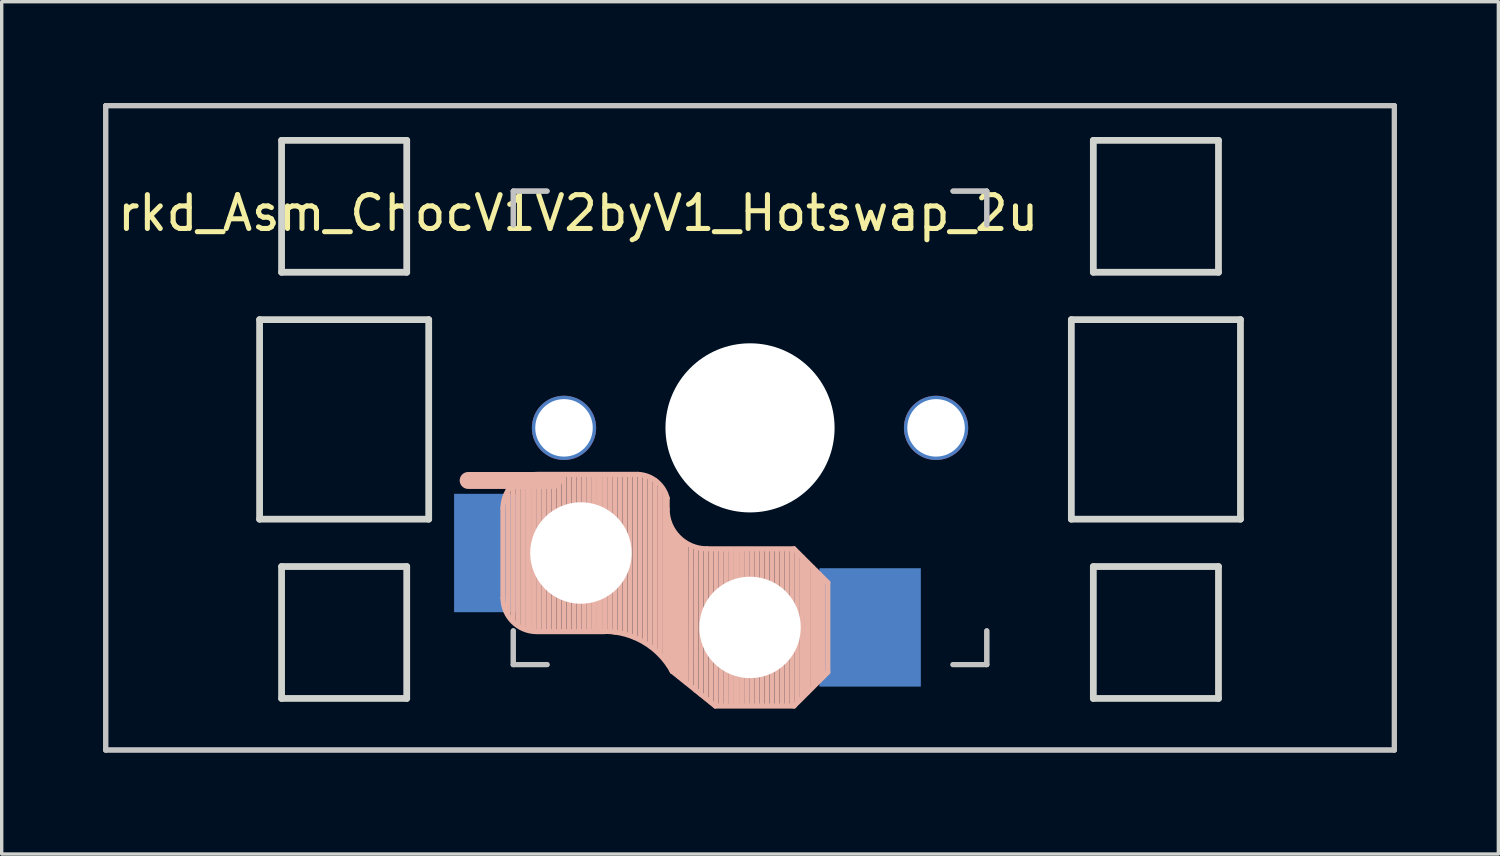
<source format=kicad_pcb>
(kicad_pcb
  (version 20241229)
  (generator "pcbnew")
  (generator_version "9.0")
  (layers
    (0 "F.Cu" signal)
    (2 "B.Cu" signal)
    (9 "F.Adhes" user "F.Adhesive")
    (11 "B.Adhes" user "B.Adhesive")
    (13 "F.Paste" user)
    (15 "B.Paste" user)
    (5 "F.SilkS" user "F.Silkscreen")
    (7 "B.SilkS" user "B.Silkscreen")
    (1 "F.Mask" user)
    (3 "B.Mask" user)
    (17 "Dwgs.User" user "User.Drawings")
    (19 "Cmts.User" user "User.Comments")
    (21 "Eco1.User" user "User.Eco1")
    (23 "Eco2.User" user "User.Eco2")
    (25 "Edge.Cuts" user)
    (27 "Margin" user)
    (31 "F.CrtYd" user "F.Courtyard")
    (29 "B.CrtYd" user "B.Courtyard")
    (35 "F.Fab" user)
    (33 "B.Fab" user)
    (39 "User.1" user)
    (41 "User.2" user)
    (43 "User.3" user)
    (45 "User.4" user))
  (footprint "rkd_Asm_ChocV1V2byV1_Hotswap_2u"
    (layer "F.Cu")
    (at 19.125 9.6)
    (property "Reference" "rkd_Asm_ChocV1V2byV1_Hotswap_2u" (at -5.08 -6.35 180) (layer "F.SilkS") (effects (font (size 1 1) (thickness 0.15))))
    (attr through_hole)
    (fp_line (start -7.305 2.375) (end -7.305 5.025) (stroke (width 0.15) (type solid)) (layer "B.SilkS"))
    (fp_line (start -7.15 5.53) (end -7.15 1.85) (stroke (width 0.15) (type solid)) (layer "B.SilkS"))
    (fp_line (start -7 5.7) (end -7 1.73) (stroke (width 0.15) (type solid)) (layer "B.SilkS"))
    (fp_line (start -6.85 5.84) (end -6.85 1.7) (stroke (width 0.15) (type solid)) (layer "B.SilkS"))
    (fp_line (start -6.7 5.92) (end -6.7 1.8) (stroke (width 0.15) (type solid)) (layer "B.SilkS"))
    (fp_line (start -6.55 5.97) (end -6.55 1.65) (stroke (width 0.15) (type solid)) (layer "B.SilkS"))
    (fp_line (start -6.4 6.01) (end -6.4 1.5) (stroke (width 0.15) (type solid)) (layer "B.SilkS"))
    (fp_line (start -6.25 6) (end -6.25 1.4) (stroke (width 0.15) (type solid)) (layer "B.SilkS"))
    (fp_line (start -6.1 6) (end -6.1 1.4) (stroke (width 0.15) (type solid)) (layer "B.SilkS"))
    (fp_line (start -5.95 6) (end -5.95 1.4) (stroke (width 0.15) (type solid)) (layer "B.SilkS"))
    (fp_line (start -5.8 1.555) (end -8.334 1.555) (stroke (width 0.5) (type default)) (layer "B.SilkS"))
    (fp_line (start -5.8 6) (end -5.8 1.4) (stroke (width 0.15) (type solid)) (layer "B.SilkS"))
    (fp_line (start -5.65 6) (end -5.65 1.4) (stroke (width 0.15) (type solid)) (layer "B.SilkS"))
    (fp_line (start -5.5 6) (end -5.5 1.4) (stroke (width 0.15) (type solid)) (layer "B.SilkS"))
    (fp_line (start -5.35 6) (end -5.35 1.4) (stroke (width 0.15) (type solid)) (layer "B.SilkS"))
    (fp_line (start -5.2 6) (end -5.2 1.4) (stroke (width 0.15) (type solid)) (layer "B.SilkS"))
    (fp_line (start -5.05 6) (end -5.05 1.4) (stroke (width 0.15) (type solid)) (layer "B.SilkS"))
    (fp_line (start -4.9 6) (end -4.9 1.4) (stroke (width 0.15) (type solid)) (layer "B.SilkS"))
    (fp_line (start -4.75 6) (end -4.75 1.4) (stroke (width 0.15) (type solid)) (layer "B.SilkS"))
    (fp_line (start -4.6 6) (end -4.6 1.4) (stroke (width 0.15) (type solid)) (layer "B.SilkS"))
    (fp_line (start -4.45 6) (end -4.45 1.4) (stroke (width 0.15) (type solid)) (layer "B.SilkS"))
    (fp_line (start -4.3 6) (end -4.3 1.4) (stroke (width 0.15) (type solid)) (layer "B.SilkS"))
    (fp_line (start -4.3 6.025) (end -6.275 6.025) (stroke (width 0.15) (type solid)) (layer "B.SilkS"))
    (fp_line (start -4.15 6) (end -4.15 1.45) (stroke (width 0.15) (type solid)) (layer "B.SilkS"))
    (fp_line (start -4 6.04) (end -4 1.4) (stroke (width 0.15) (type solid)) (layer "B.SilkS"))
    (fp_line (start -3.85 6.05) (end -3.85 1.4) (stroke (width 0.15) (type solid)) (layer "B.SilkS"))
    (fp_line (start -3.7 6.05) (end -3.7 1.45) (stroke (width 0.15) (type solid)) (layer "B.SilkS"))
    (fp_line (start -3.55 6.1) (end -3.55 1.39) (stroke (width 0.15) (type solid)) (layer "B.SilkS"))
    (fp_line (start -3.4 6.2) (end -3.4 1.38) (stroke (width 0.15) (type solid)) (layer "B.SilkS"))
    (fp_line (start -3.311 1.375) (end -6.275 1.375) (stroke (width 0.15) (type solid)) (layer "B.SilkS"))
    (fp_line (start -3.25 6.25) (end -3.25 1.4) (stroke (width 0.15) (type solid)) (layer "B.SilkS"))
    (fp_line (start -3.1 6.35) (end -3.1 1.43) (stroke (width 0.15) (type solid)) (layer "B.SilkS"))
    (fp_line (start -2.95 6.45) (end -2.95 1.48) (stroke (width 0.15) (type solid)) (layer "B.SilkS"))
    (fp_line (start -2.8 6.55) (end -2.8 1.56) (stroke (width 0.15) (type solid)) (layer "B.SilkS"))
    (fp_line (start -2.65 6.7) (end -2.65 1.75) (stroke (width 0.15) (type solid)) (layer "B.SilkS"))
    (fp_line (start -2.5 6.85) (end -2.5 1.95) (stroke (width 0.15) (type solid)) (layer "B.SilkS"))
    (fp_line (start -2.45 2.4) (end -2.45 2.077) (stroke (width 0.15) (type default)) (layer "B.SilkS"))
    (fp_line (start -2.4 7.02) (end -2.4 2.9) (stroke (width 0.15) (type solid)) (layer "B.SilkS"))
    (fp_line (start -2.3 7.2) (end -2.3 3.05) (stroke (width 0.15) (type solid)) (layer "B.SilkS"))
    (fp_line (start -2.3 7.2) (end -1.025 8.225) (stroke (width 0.15) (type solid)) (layer "B.SilkS"))
    (fp_line (start -2.2 7.27) (end -2.2 3.25) (stroke (width 0.15) (type solid)) (layer "B.SilkS"))
    (fp_line (start -2.1 7.35) (end -2.1 3.35) (stroke (width 0.15) (type solid)) (layer "B.SilkS"))
    (fp_line (start -2 7.43) (end -2 3.4) (stroke (width 0.15) (type solid)) (layer "B.SilkS"))
    (fp_line (start -1.89 7.52) (end -1.9 3.45) (stroke (width 0.15) (type solid)) (layer "B.SilkS"))
    (fp_line (start -1.75 7.62) (end -1.75 3.5) (stroke (width 0.15) (type solid)) (layer "B.SilkS"))
    (fp_line (start -1.6 7.76) (end -1.6 3.6) (stroke (width 0.15) (type solid)) (layer "B.SilkS"))
    (fp_line (start -1.45 7.88) (end -1.45 3.6) (stroke (width 0.15) (type solid)) (layer "B.SilkS"))
    (fp_line (start -1.3 7.99) (end -1.3 3.6) (stroke (width 0.15) (type solid)) (layer "B.SilkS"))
    (fp_line (start -1.15 8.11) (end -1.15 3.65) (stroke (width 0.15) (type solid)) (layer "B.SilkS"))
    (fp_line (start -1 8.2) (end -1 3.6) (stroke (width 0.15) (type solid)) (layer "B.SilkS"))
    (fp_line (start -0.85 8.2) (end -0.85 3.6) (stroke (width 0.15) (type solid)) (layer "B.SilkS"))
    (fp_line (start -0.7 8.2) (end -0.7 3.6) (stroke (width 0.15) (type solid)) (layer "B.SilkS"))
    (fp_line (start -0.55 8.2) (end -0.55 3.6) (stroke (width 0.15) (type solid)) (layer "B.SilkS"))
    (fp_line (start -0.4 8.2) (end -0.4 3.6) (stroke (width 0.15) (type solid)) (layer "B.SilkS"))
    (fp_line (start -0.25 8.2) (end -0.25 3.6) (stroke (width 0.15) (type solid)) (layer "B.SilkS"))
    (fp_line (start -0.1 8.2) (end -0.1 3.6) (stroke (width 0.15) (type solid)) (layer "B.SilkS"))
    (fp_line (start 0.05 8.2) (end 0.05 3.6) (stroke (width 0.15) (type solid)) (layer "B.SilkS"))
    (fp_line (start 0.2 8.2) (end 0.2 3.6) (stroke (width 0.15) (type solid)) (layer "B.SilkS"))
    (fp_line (start 0.35 8.2) (end 0.35 3.6) (stroke (width 0.15) (type solid)) (layer "B.SilkS"))
    (fp_line (start 0.5 8.2) (end 0.5 3.6) (stroke (width 0.15) (type solid)) (layer "B.SilkS"))
    (fp_line (start 0.65 8.2) (end 0.65 3.6) (stroke (width 0.15) (type solid)) (layer "B.SilkS"))
    (fp_line (start 0.8 8.2) (end 0.8 3.6) (stroke (width 0.15) (type solid)) (layer "B.SilkS"))
    (fp_line (start 0.95 8.2) (end 0.95 3.6) (stroke (width 0.15) (type solid)) (layer "B.SilkS"))
    (fp_line (start 1.1 8.2) (end 1.1 3.6) (stroke (width 0.15) (type solid)) (layer "B.SilkS"))
    (fp_line (start 1.25 8.2) (end 1.25 3.6) (stroke (width 0.15) (type solid)) (layer "B.SilkS"))
    (fp_line (start 1.3 3.575) (end -1.275 3.575) (stroke (width 0.15) (type solid)) (layer "B.SilkS"))
    (fp_line (start 1.3 8.225) (end -1.025 8.225) (stroke (width 0.15) (type solid)) (layer "B.SilkS"))
    (fp_line (start 1.4 8.09) (end 1.4 3.7) (stroke (width 0.15) (type solid)) (layer "B.SilkS"))
    (fp_line (start 1.55 7.95) (end 1.55 3.83) (stroke (width 0.15) (type solid)) (layer "B.SilkS"))
    (fp_line (start 1.7 7.82) (end 1.7 3.99) (stroke (width 0.15) (type solid)) (layer "B.SilkS"))
    (fp_line (start 1.85 7.66) (end 1.85 4.13) (stroke (width 0.15) (type solid)) (layer "B.SilkS"))
    (fp_line (start 1.95 7.56) (end 1.95 4.23) (stroke (width 0.15) (type solid)) (layer "B.SilkS"))
    (fp_line (start 2.05 7.45) (end 2.05 4.33) (stroke (width 0.15) (type solid)) (layer "B.SilkS"))
    (fp_line (start 2.15 7.37) (end 2.15 4.44) (stroke (width 0.15) (type solid)) (layer "B.SilkS"))
    (fp_line (start 2.3 4.575) (end 1.3 3.575) (stroke (width 0.15) (type solid)) (layer "B.SilkS"))
    (fp_line (start 2.3 4.575) (end 2.3 7.225) (stroke (width 0.15) (type solid)) (layer "B.SilkS"))
    (fp_line (start 2.3 7.225) (end 1.3 8.225) (stroke (width 0.15) (type solid)) (layer "B.SilkS"))
    (fp_arc (start -7.305 2.375) (mid -7.012107 1.667893) (end -6.305 1.375) (stroke (width 0.15) (type solid)) (layer "B.SilkS"))
    (fp_arc (start -6.305 6.025) (mid -7.012107 5.732107) (end -7.305 5.025) (stroke (width 0.15) (type solid)) (layer "B.SilkS"))
    (fp_arc (start -4.3 6.017458) (mid -3.138277 6.335211) (end -2.3 7.2) (stroke (width 0.15) (type solid)) (layer "B.SilkS"))
    (fp_arc (start -3.311204 1.375) (mid -2.763915 1.58277) (end -2.45 2.076887) (stroke (width 0.15) (type solid)) (layer "B.SilkS"))
    (fp_arc (start -1.275 3.575) (mid -2.10585 3.23085) (end -2.45 2.4) (stroke (width 0.15) (type solid)) (layer "B.SilkS"))
    (fp_line (start -19.05 -9.525) (end 19.05 -9.525) (stroke (width 0.15) (type solid)) (layer "Dwgs.User"))
    (fp_line (start -19.05 -9.525) (end 19.05 -9.525) (stroke (width 0.15) (type solid)) (layer "Dwgs.User"))
    (fp_line (start -19.05 9.525) (end -19.05 -9.525) (stroke (width 0.15) (type solid)) (layer "Dwgs.User"))
    (fp_line (start -19.05 9.525) (end -19.05 -9.525) (stroke (width 0.15) (type solid)) (layer "Dwgs.User"))
    (fp_line (start -7 -7) (end -7 -6) (stroke (width 0.15) (type solid)) (layer "Dwgs.User"))
    (fp_line (start -7 -7) (end -6 -7) (stroke (width 0.15) (type solid)) (layer "Dwgs.User"))
    (fp_line (start -7 -6) (end -7 -7) (stroke (width 0.15) (type solid)) (layer "Dwgs.User"))
    (fp_line (start -7 6) (end -7 7) (stroke (width 0.15) (type solid)) (layer "Dwgs.User"))
    (fp_line (start -7 7) (end -7 6) (stroke (width 0.15) (type solid)) (layer "Dwgs.User"))
    (fp_line (start -7 7) (end -6 7) (stroke (width 0.15) (type solid)) (layer "Dwgs.User"))
    (fp_line (start -6 -7) (end -7 -7) (stroke (width 0.15) (type solid)) (layer "Dwgs.User"))
    (fp_line (start -6 7) (end -7 7) (stroke (width 0.15) (type solid)) (layer "Dwgs.User"))
    (fp_line (start 6 -7) (end 7 -7) (stroke (width 0.15) (type solid)) (layer "Dwgs.User"))
    (fp_line (start 6 7) (end 7 7) (stroke (width 0.15) (type solid)) (layer "Dwgs.User"))
    (fp_line (start 7 -7) (end 6 -7) (stroke (width 0.15) (type solid)) (layer "Dwgs.User"))
    (fp_line (start 7 -7) (end 7 -6) (stroke (width 0.15) (type solid)) (layer "Dwgs.User"))
    (fp_line (start 7 -6) (end 7 -7) (stroke (width 0.15) (type solid)) (layer "Dwgs.User"))
    (fp_line (start 7 6) (end 7 7) (stroke (width 0.15) (type solid)) (layer "Dwgs.User"))
    (fp_line (start 7 7) (end 6 7) (stroke (width 0.15) (type solid)) (layer "Dwgs.User"))
    (fp_line (start 7 7) (end 7 6) (stroke (width 0.15) (type solid)) (layer "Dwgs.User"))
    (fp_line (start 19.05 -9.525) (end 19.05 9.525) (stroke (width 0.15) (type solid)) (layer "Dwgs.User"))
    (fp_line (start 19.05 -9.525) (end 19.05 9.525) (stroke (width 0.15) (type solid)) (layer "Dwgs.User"))
    (fp_line (start 19.05 9.525) (end -19.05 9.525) (stroke (width 0.15) (type solid)) (layer "Dwgs.User"))
    (fp_line (start 19.05 9.525) (end -19.05 9.525) (stroke (width 0.15) (type solid)) (layer "Dwgs.User"))
    (fp_line (start -14.5 -3.2) (end -14.5 2.7) (stroke (width 0.2) (type solid)) (layer "Edge.Cuts"))
    (fp_line (start -13.85 -8.5) (end -10.15 -8.5) (stroke (width 0.2) (type solid)) (layer "Edge.Cuts"))
    (fp_line (start -13.85 -4.6) (end -13.85 -8.5) (stroke (width 0.2) (type solid)) (layer "Edge.Cuts"))
    (fp_line (start -13.85 8) (end -13.85 4.1) (stroke (width 0.2) (type solid)) (layer "Edge.Cuts"))
    (fp_line (start -13.85 8) (end -10.15 8) (stroke (width 0.2) (type solid)) (layer "Edge.Cuts"))
    (fp_line (start -10.15 -8.5) (end -10.15 -4.6) (stroke (width 0.2) (type solid)) (layer "Edge.Cuts"))
    (fp_line (start -10.15 -4.6) (end -13.85 -4.6) (stroke (width 0.2) (type solid)) (layer "Edge.Cuts"))
    (fp_line (start -10.15 4.1) (end -13.85 4.1) (stroke (width 0.2) (type solid)) (layer "Edge.Cuts"))
    (fp_line (start -10.15 8) (end -10.15 4.1) (stroke (width 0.2) (type solid)) (layer "Edge.Cuts"))
    (fp_line (start -9.5 -3.2) (end -14.5 -3.2) (stroke (width 0.2) (type solid)) (layer "Edge.Cuts"))
    (fp_line (start -9.5 2.7) (end -14.5 2.7) (stroke (width 0.2) (type solid)) (layer "Edge.Cuts"))
    (fp_line (start -9.5 2.7) (end -9.5 -3.2) (stroke (width 0.2) (type solid)) (layer "Edge.Cuts"))
    (fp_line (start 9.5 -3.2) (end 9.5 2.7) (stroke (width 0.2) (type solid)) (layer "Edge.Cuts"))
    (fp_line (start 9.5 -3.2) (end 14.5 -3.2) (stroke (width 0.2) (type solid)) (layer "Edge.Cuts"))
    (fp_line (start 9.5 2.7) (end 14.5 2.7) (stroke (width 0.2) (type solid)) (layer "Edge.Cuts"))
    (fp_line (start 10.15 -8.5) (end 10.15 -4.6) (stroke (width 0.2) (type solid)) (layer "Edge.Cuts"))
    (fp_line (start 10.15 -4.6) (end 13.85 -4.6) (stroke (width 0.2) (type solid)) (layer "Edge.Cuts"))
    (fp_line (start 10.15 4.1) (end 13.85 4.1) (stroke (width 0.2) (type solid)) (layer "Edge.Cuts"))
    (fp_line (start 10.15 8) (end 10.15 4.1) (stroke (width 0.2) (type solid)) (layer "Edge.Cuts"))
    (fp_line (start 13.85 -8.5) (end 10.15 -8.5) (stroke (width 0.2) (type solid)) (layer "Edge.Cuts"))
    (fp_line (start 13.85 -8.5) (end 13.85 -4.6) (stroke (width 0.2) (type solid)) (layer "Edge.Cuts"))
    (fp_line (start 13.85 4.1) (end 13.85 8) (stroke (width 0.2) (type solid)) (layer "Edge.Cuts"))
    (fp_line (start 13.85 8) (end 10.15 8) (stroke (width 0.2) (type solid)) (layer "Edge.Cuts"))
    (fp_line (start 14.5 2.7) (end 14.5 -3.2) (stroke (width 0.2) (type solid)) (layer "Edge.Cuts"))
    (pad "" np_thru_hole circle (at -5.5 0) (size 1.9 1.9) (drill 1.7) (layers "*.Cu" "*.Mask"))
    (pad "" np_thru_hole circle (at -5 3.7 90) (size 3 3) (drill 3) (layers "*.Cu" "*.Mask"))
    (pad "" np_thru_hole circle (at 0 0 90) (size 5 5) (drill 5) (layers "*.Cu" "*.Mask"))
    (pad "" np_thru_hole circle (at 0 5.9 90) (size 3 3) (drill 3) (layers "*.Cu" "*.Mask"))
    (pad "" np_thru_hole circle (at 5.5 0) (size 1.9 1.9) (drill 1.7) (layers "*.Cu" "*.Mask"))
    (pad "1" smd rect (at -7.8 3.7 180) (size 1.9 3.5) (layers "B.Cu" "B.Mask" "B.Paste"))
    (pad "2" smd rect (at 3.55 5.9 180) (size 3 3.5) (layers "B.Cu" "B.Mask" "B.Paste")))
  (gr_rect
    (start -3 -3)
    (end 41.25 22.2)
    (stroke (width 0.1) (type default))
    (fill no)
    (layer "Edge.Cuts")))
</source>
